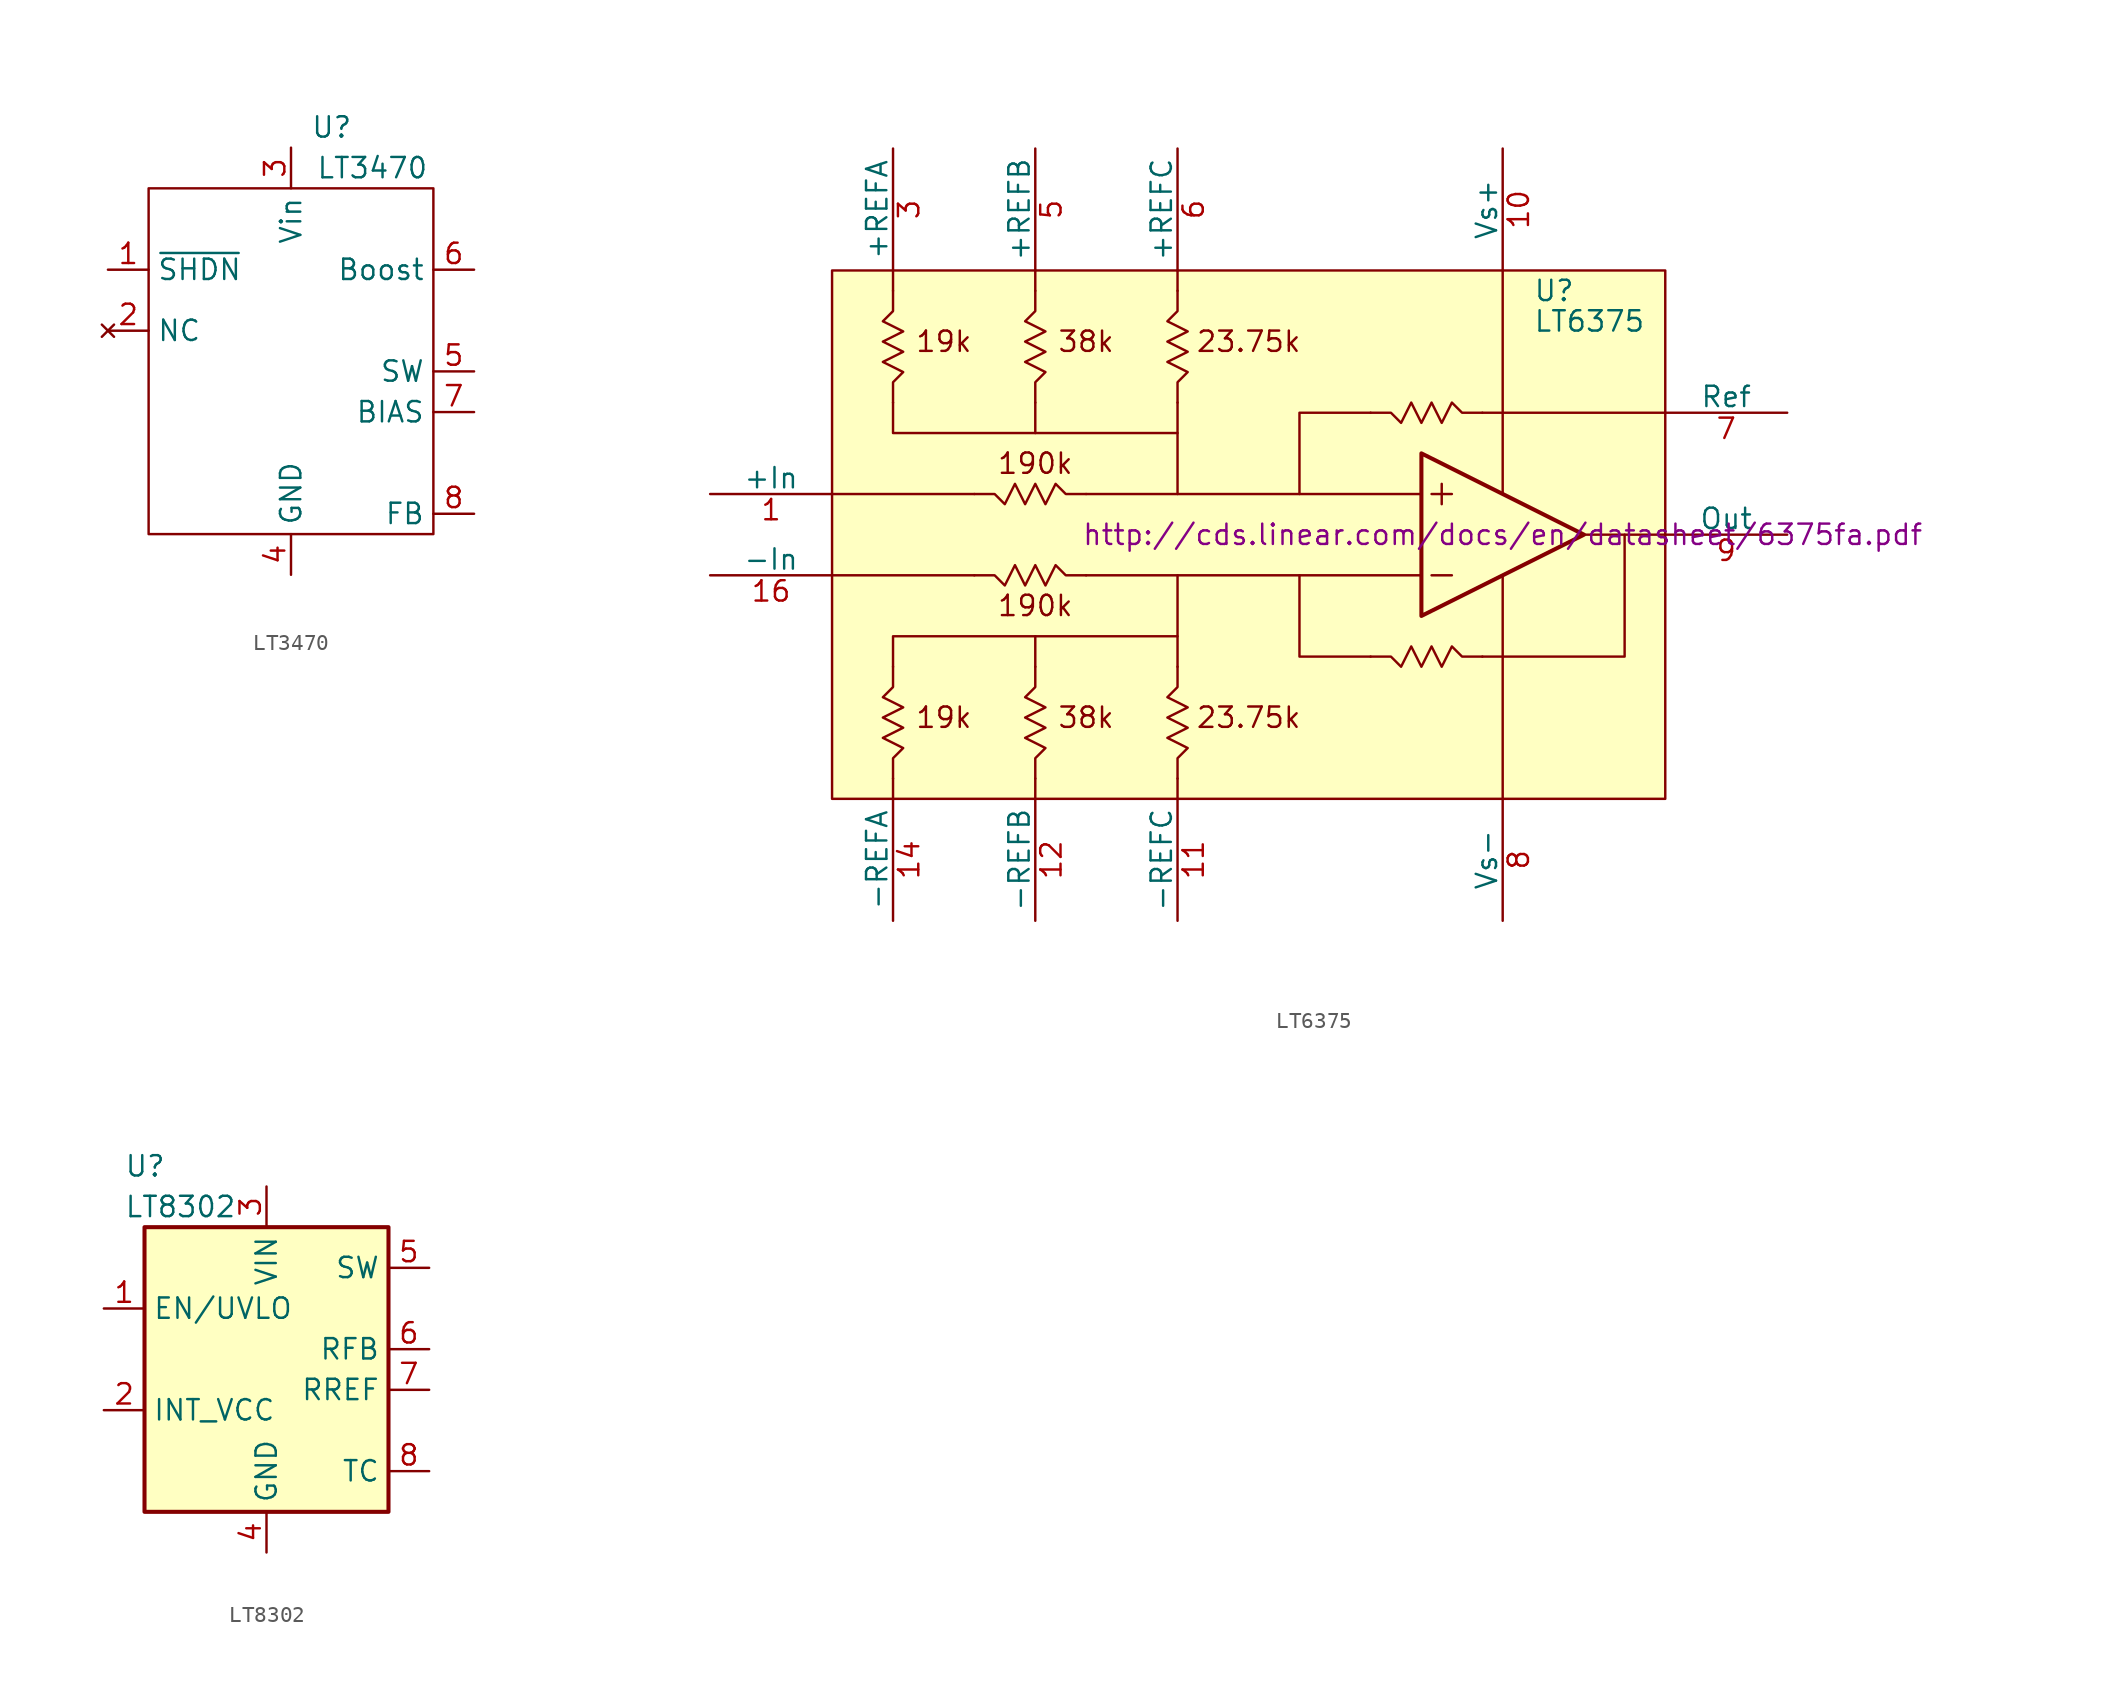
<source format=kicad_sym>
(kicad_symbol_lib
  (version 20241209)
  (generator "kicad_symbol_editor")
  (generator_version "9.0")
  (symbol "LT3470"
    (property "Reference" "U"
      (at 2.54 13.97 0)
      (effects (font (size 1.27 1.27))))
    (property "Value" "LT3470"
      (at 5.08 11.43 0)
      (effects (font (size 1.27 1.27))))
    (symbol "LT3470_0_1"
      (rectangle (start -8.89 10.16) (end 8.89 -11.43) (stroke (width 0) (type default)) (fill (type none))))
    (symbol "LT3470_1_1"
      (pin input line (at -11.43 5.08 0) (length 2.54) (name "~{SHDN}" (effects (font (size 1.27 1.27)))) (number "1" (effects (font (size 1.27 1.27)))))
      (pin no_connect line (at -11.43 1.27 0) (length 2.54) (name "NC" (effects (font (size 1.27 1.27)))) (number "2" (effects (font (size 1.27 1.27)))))
      (pin input line (at 0 12.7 270) (length 2.54) (name "Vin" (effects (font (size 1.27 1.27)))) (number "3" (effects (font (size 1.27 1.27)))))
      (pin input line (at 0 -13.97 90) (length 2.54) (name "GND" (effects (font (size 1.27 1.27)))) (number "4" (effects (font (size 1.27 1.27)))))
      (pin bidirectional line (at 11.43 5.08 180) (length 2.54) (name "Boost" (effects (font (size 1.27 1.27)))) (number "6" (effects (font (size 1.27 1.27)))))
      (pin output line (at 11.43 -1.27 180) (length 2.54) (name "SW" (effects (font (size 1.27 1.27)))) (number "5" (effects (font (size 1.27 1.27)))))
      (pin input line (at 11.43 -3.81 180) (length 2.54) (name "BIAS" (effects (font (size 1.27 1.27)))) (number "7" (effects (font (size 1.27 1.27)))))
      (pin input line (at 11.43 -10.16 180) (length 2.54) (name "FB" (effects (font (size 1.27 1.27)))) (number "8" (effects (font (size 1.27 1.27)))))))
  (symbol "LT6375"
    (pin_names
      (offset 0))
    (property "Reference" "U"
      (at 18.415 15.24 0)
      (effects (font (size 1.27 1.27)) (justify left)))
    (property "Value" "LT6375"
      (at 18.415 13.335 0)
      (effects (font (size 1.27 1.27)) (justify left)))
    (property "Footprint" ""
      (at 16.51 0 0)
      (effects (font (size 1.27 1.27))))
    (property "Datasheet" "http://cds.linear.com/docs/en/datasheet/6375fa.pdf"
      (at 16.51 0 0)
      (effects (font (size 1.27 1.27))))
    (symbol "LT6375_0_0"
      (text "19k" (at -18.415 12.065 0) (effects (font (size 1.27 1.27))))
      (text "19k" (at -18.415 -11.43 0) (effects (font (size 1.27 1.27))))
      (text "190k" (at -12.7 4.445 0) (effects (font (size 1.27 1.27))))
      (text "190k" (at -12.7 -4.445 0) (effects (font (size 1.27 1.27))))
      (text "38k" (at -9.525 12.065 0) (effects (font (size 1.27 1.27))))
      (text "38k" (at -9.525 -11.43 0) (effects (font (size 1.27 1.27))))
      (text "23.75k" (at 0.635 12.065 0) (effects (font (size 1.27 1.27))))
      (text "23.75k" (at 0.635 -11.43 0) (effects (font (size 1.27 1.27)))))
    (symbol "LT6375_0_1"
      (polyline (pts (xy -21.59 15.24) (xy -21.59 16.51)) (stroke (width 0) (type default)) (fill (type none)))
      (polyline (pts (xy -21.59 15.24) (xy -21.59 13.97) (xy -22.225 13.335) (xy -20.955 12.7) (xy -22.225 12.065) (xy -20.955 11.43) (xy -22.225 10.795) (xy -20.955 10.16) (xy -21.59 9.525) (xy -21.59 8.255)) (stroke (width 0) (type default)) (fill (type none)))
      (polyline (pts (xy -21.59 -8.255) (xy -21.59 -9.525) (xy -22.225 -10.16) (xy -20.955 -10.795) (xy -22.225 -11.43) (xy -20.955 -12.065) (xy -22.225 -12.7) (xy -20.955 -13.335) (xy -21.59 -13.97) (xy -21.59 -15.24)) (stroke (width 0) (type default)) (fill (type none)))
      (polyline (pts (xy -21.59 -15.24) (xy -21.59 -16.51)) (stroke (width 0) (type default)) (fill (type none)))
      (polyline (pts (xy -16.51 2.54) (xy -25.4 2.54)) (stroke (width 0) (type default)) (fill (type none)))
      (polyline (pts (xy -16.51 -2.54) (xy -25.4 -2.54)) (stroke (width 0) (type default)) (fill (type none)))
      (polyline (pts (xy -12.7 15.24) (xy -12.7 16.51)) (stroke (width 0) (type default)) (fill (type none)))
      (polyline (pts (xy -12.7 15.24) (xy -12.7 13.97) (xy -13.335 13.335) (xy -12.065 12.7) (xy -13.335 12.065) (xy -12.065 11.43) (xy -13.335 10.795) (xy -12.065 10.16) (xy -12.7 9.525) (xy -12.7 8.255)) (stroke (width 0) (type default)) (fill (type none)))
      (polyline (pts (xy -12.7 8.255) (xy -12.7 6.35)) (stroke (width 0) (type default)) (fill (type none)))
      (polyline (pts (xy -12.7 -8.255) (xy -12.7 -6.35)) (stroke (width 0) (type default)) (fill (type none)))
      (polyline (pts (xy -12.7 -8.255) (xy -12.7 -9.525) (xy -13.335 -10.16) (xy -12.065 -10.795) (xy -13.335 -11.43) (xy -12.065 -12.065) (xy -13.335 -12.7) (xy -12.065 -13.335) (xy -12.7 -13.97) (xy -12.7 -15.24)) (stroke (width 0) (type default)) (fill (type none)))
      (polyline (pts (xy -12.7 -15.24) (xy -12.7 -16.51)) (stroke (width 0) (type default)) (fill (type none)))
      (polyline (pts (xy -9.525 2.54) (xy -10.795 2.54) (xy -11.43 3.175) (xy -12.065 1.905) (xy -12.7 3.175) (xy -13.335 1.905) (xy -13.97 3.175) (xy -14.605 1.905) (xy -15.24 2.54) (xy -16.51 2.54)) (stroke (width 0) (type default)) (fill (type none)))
      (polyline (pts (xy -9.525 -2.54) (xy -10.795 -2.54) (xy -11.43 -1.905) (xy -12.065 -3.175) (xy -12.7 -1.905) (xy -13.335 -3.175) (xy -13.97 -1.905) (xy -14.605 -3.175) (xy -15.24 -2.54) (xy -16.51 -2.54)) (stroke (width 0) (type default)) (fill (type none)))
      (polyline (pts (xy -3.81 15.24) (xy -3.81 16.51)) (stroke (width 0) (type default)) (fill (type none)))
      (polyline (pts (xy -3.81 15.24) (xy -3.81 13.97) (xy -4.445 13.335) (xy -3.175 12.7) (xy -4.445 12.065) (xy -3.175 11.43) (xy -4.445 10.795) (xy -3.175 10.16) (xy -3.81 9.525) (xy -3.81 8.255)) (stroke (width 0) (type default)) (fill (type none)))
      (polyline (pts (xy -3.81 8.255) (xy -3.81 6.35) (xy -21.59 6.35) (xy -21.59 8.255)) (stroke (width 0) (type default)) (fill (type none)))
      (polyline (pts (xy -3.81 2.54) (xy -3.81 6.35)) (stroke (width 0) (type default)) (fill (type none)))
      (polyline (pts (xy -3.81 -6.35) (xy -3.81 -2.54)) (stroke (width 0) (type default)) (fill (type none)))
      (polyline (pts (xy -3.81 -8.255) (xy -3.81 -6.35) (xy -21.59 -6.35) (xy -21.59 -8.255)) (stroke (width 0) (type default)) (fill (type none)))
      (polyline (pts (xy -3.81 -8.255) (xy -3.81 -9.525) (xy -4.445 -10.16) (xy -3.175 -10.795) (xy -4.445 -11.43) (xy -3.175 -12.065) (xy -4.445 -12.7) (xy -3.175 -13.335) (xy -3.81 -13.97) (xy -3.81 -15.24)) (stroke (width 0) (type default)) (fill (type none)))
      (polyline (pts (xy -3.81 -15.24) (xy -3.81 -16.51)) (stroke (width 0) (type default)) (fill (type none)))
      (polyline (pts (xy 3.81 2.54) (xy -9.525 2.54)) (stroke (width 0) (type default)) (fill (type none)))
      (polyline (pts (xy 3.81 -2.54) (xy -9.525 -2.54)) (stroke (width 0) (type default)) (fill (type none)))
      (polyline (pts (xy 8.255 -7.62) (xy 3.81 -7.62) (xy 3.81 -2.54) (xy 11.43 -2.54)) (stroke (width 0) (type default)) (fill (type none)))
      (polyline (pts (xy 11.43 2.54) (xy 3.81 2.54) (xy 3.81 7.62) (xy 8.255 7.62)) (stroke (width 0) (type default)) (fill (type none)))
      (polyline (pts (xy 12.065 2.54) (xy 13.335 2.54)) (stroke (width 0) (type default)) (fill (type none)))
      (polyline (pts (xy 12.065 -2.54) (xy 13.335 -2.54)) (stroke (width 0) (type default)) (fill (type none)))
      (polyline (pts (xy 12.7 3.175) (xy 12.7 1.905)) (stroke (width 0) (type default)) (fill (type none)))
      (polyline (pts (xy 15.24 7.62) (xy 13.97 7.62) (xy 13.335 8.255) (xy 12.7 6.985) (xy 12.065 8.255) (xy 11.43 6.985) (xy 10.795 8.255) (xy 10.16 6.985) (xy 9.525 7.62) (xy 8.255 7.62)) (stroke (width 0) (type default)) (fill (type none)))
      (polyline (pts (xy 15.24 -7.62) (xy 24.13 -7.62) (xy 24.13 0) (xy 21.59 0)) (stroke (width 0) (type default)) (fill (type none)))
      (polyline (pts (xy 15.24 -7.62) (xy 13.97 -7.62) (xy 13.335 -6.985) (xy 12.7 -8.255) (xy 12.065 -6.985) (xy 11.43 -8.255) (xy 10.795 -6.985) (xy 10.16 -8.255) (xy 9.525 -7.62) (xy 8.255 -7.62)) (stroke (width 0) (type default)) (fill (type none)))
      (polyline (pts (xy 16.51 16.51) (xy 16.51 2.54)) (stroke (width 0) (type default)) (fill (type none)))
      (polyline (pts (xy 16.51 -2.54) (xy 16.51 -16.51)) (stroke (width 0) (type default)) (fill (type none)))
      (polyline (pts (xy 21.59 0) (xy 11.43 5.08) (xy 11.43 -5.08) (xy 21.59 0)) (stroke (width 0.254) (type default)) (fill (type none)))
      (polyline (pts (xy 26.67 7.62) (xy 15.24 7.62)) (stroke (width 0) (type default)) (fill (type none)))
      (polyline (pts (xy 26.67 0) (xy 24.13 0)) (stroke (width 0) (type default)) (fill (type none)))
      (rectangle (start 26.67 -16.51) (end -25.4 16.51) (stroke (width 0) (type default)) (fill (type background))))
    (symbol "LT6375_1_1"
      (pin input line (at -33.02 2.54 0) (length 7.62) (name "+In" (effects (font (size 1.27 1.27)))) (number "1" (effects (font (size 1.27 1.27)))))
      (pin input line (at -33.02 -2.54 0) (length 7.62) (name "-In" (effects (font (size 1.27 1.27)))) (number "16" (effects (font (size 1.27 1.27)))))
      (pin input line (at -21.59 24.13 270) (length 7.62) (name "+REFA" (effects (font (size 1.27 1.27)))) (number "3" (effects (font (size 1.27 1.27)))))
      (pin input line (at -21.59 -24.13 90) (length 7.62) (name "-REFA" (effects (font (size 1.27 1.27)))) (number "14" (effects (font (size 1.27 1.27)))))
      (pin input line (at -12.7 24.13 270) (length 7.62) (name "+REFB" (effects (font (size 1.27 1.27)))) (number "5" (effects (font (size 1.27 1.27)))))
      (pin input line (at -12.7 -24.13 90) (length 7.62) (name "-REFB" (effects (font (size 1.27 1.27)))) (number "12" (effects (font (size 1.27 1.27)))))
      (pin input line (at -3.81 24.13 270) (length 7.62) (name "+REFC" (effects (font (size 1.27 1.27)))) (number "6" (effects (font (size 1.27 1.27)))))
      (pin input line (at -3.81 -24.13 90) (length 7.62) (name "-REFC" (effects (font (size 1.27 1.27)))) (number "11" (effects (font (size 1.27 1.27)))))
      (pin power_in line (at 16.51 24.13 270) (length 7.62) (name "Vs+" (effects (font (size 1.27 1.27)))) (number "10" (effects (font (size 1.27 1.27)))))
      (pin power_in line (at 16.51 -24.13 90) (length 7.62) (name "Vs-" (effects (font (size 1.27 1.27)))) (number "8" (effects (font (size 1.27 1.27)))))
      (pin no_connect line (at 20.32 -10.16 180) (length 2.54) (hide yes) (name "NC" (effects (font (size 1.27 1.27)))) (number "2" (effects (font (size 1.27 1.27)))))
      (pin no_connect line (at 20.32 -13.97 180) (length 2.54) (hide yes) (name "NC" (effects (font (size 1.27 1.27)))) (number "4" (effects (font (size 1.27 1.27)))))
      (pin no_connect line (at 24.765 -10.16 180) (length 2.54) (hide yes) (name "NC" (effects (font (size 1.27 1.27)))) (number "13" (effects (font (size 1.27 1.27)))))
      (pin no_connect line (at 24.765 -13.97 180) (length 2.54) (hide yes) (name "NC" (effects (font (size 1.27 1.27)))) (number "15" (effects (font (size 1.27 1.27)))))
      (pin input line (at 34.29 7.62 180) (length 7.62) (name "Ref" (effects (font (size 1.27 1.27)))) (number "7" (effects (font (size 1.27 1.27)))))
      (pin output line (at 34.29 0 180) (length 7.62) (name "Out" (effects (font (size 1.27 1.27)))) (number "9" (effects (font (size 1.27 1.27)))))))
  (symbol "LT8302"
    (property "Reference" "U"
      (at -8.89 12.7 0)
      (effects (font (size 1.27 1.27)) (justify left)))
    (property "Value" "LT8302"
      (at -8.89 10.16 0)
      (effects (font (size 1.27 1.27)) (justify left)))
    (symbol "LT8302_0_1"
      (rectangle (start 7.62 8.89) (end -7.62 -8.89) (stroke (width 0.254) (type default)) (fill (type background))))
    (symbol "LT8302_1_1"
      (pin input line (at -10.16 3.81 0) (length 2.54) (name "EN/UVLO" (effects (font (size 1.27 1.27)))) (number "1" (effects (font (size 1.27 1.27)))))
      (pin output line (at -10.16 -2.54 0) (length 2.54) (name "INT_VCC" (effects (font (size 1.27 1.27)))) (number "2" (effects (font (size 1.27 1.27)))))
      (pin power_in line (at 0 11.43 270) (length 2.54) (name "VIN" (effects (font (size 1.27 1.27)))) (number "3" (effects (font (size 1.27 1.27)))))
      (pin power_in line (at 0 -11.43 90) (length 2.54) (name "GND" (effects (font (size 1.27 1.27)))) (number "4" (effects (font (size 1.27 1.27)))))
      (pin power_in line (at 0 -11.43 90) (length 2.54) (hide yes) (name "GND" (effects (font (size 1.27 1.27)))) (number "9" (effects (font (size 1.27 1.27)))))
      (pin open_collector line (at 10.16 6.35 180) (length 2.54) (name "SW" (effects (font (size 1.27 1.27)))) (number "5" (effects (font (size 1.27 1.27)))))
      (pin input line (at 10.16 1.27 180) (length 2.54) (name "RFB" (effects (font (size 1.27 1.27)))) (number "6" (effects (font (size 1.27 1.27)))))
      (pin passive line (at 10.16 -1.27 180) (length 2.54) (name "RREF" (effects (font (size 1.27 1.27)))) (number "7" (effects (font (size 1.27 1.27)))))
      (pin passive line (at 10.16 -6.35 180) (length 2.54) (name "TC" (effects (font (size 1.27 1.27)))) (number "8" (effects (font (size 1.27 1.27))))))))
</source>
